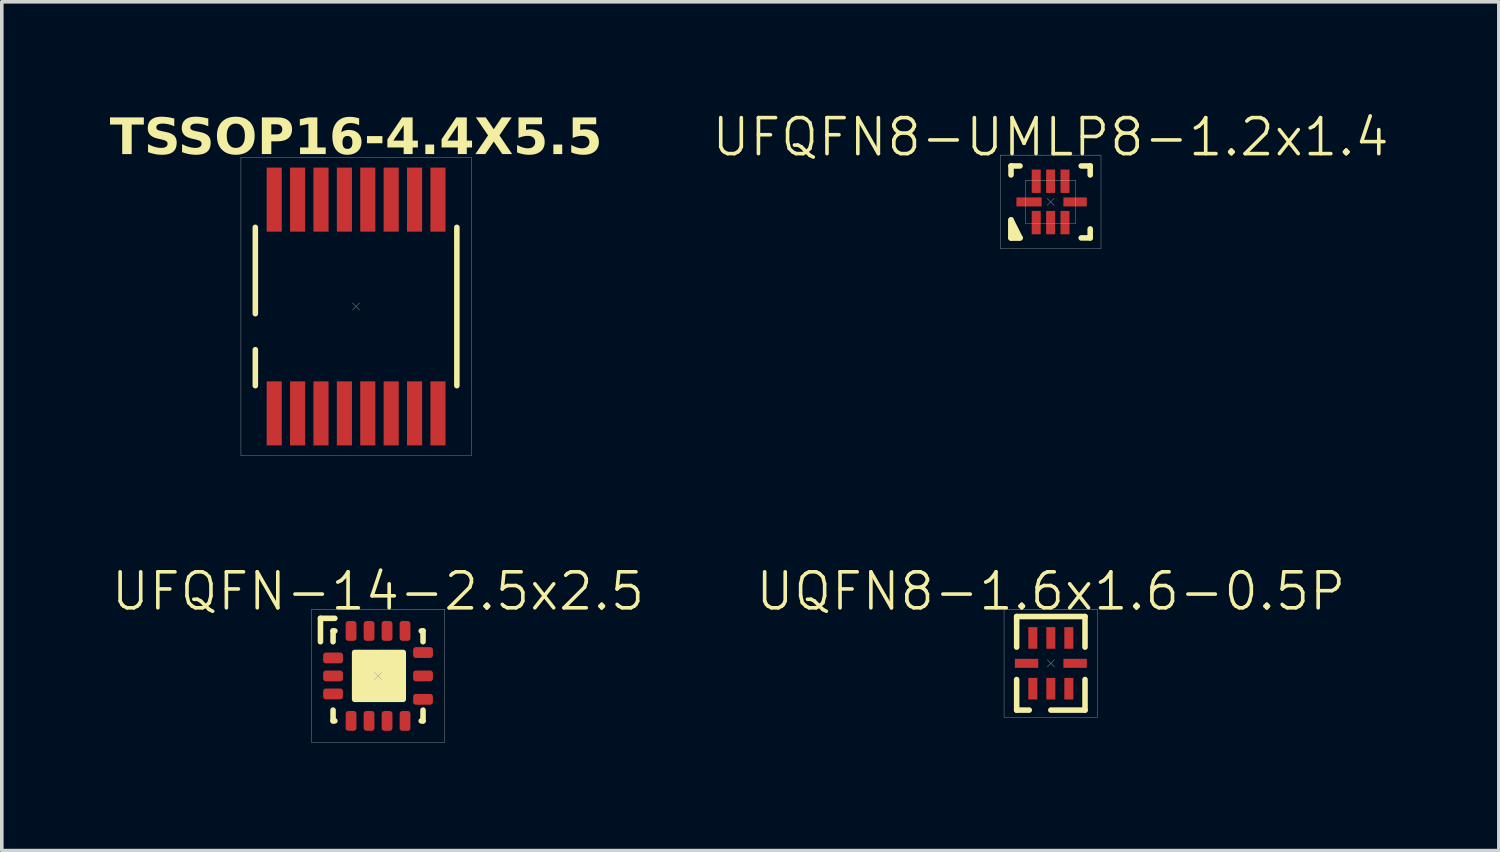
<source format=kicad_pcb>
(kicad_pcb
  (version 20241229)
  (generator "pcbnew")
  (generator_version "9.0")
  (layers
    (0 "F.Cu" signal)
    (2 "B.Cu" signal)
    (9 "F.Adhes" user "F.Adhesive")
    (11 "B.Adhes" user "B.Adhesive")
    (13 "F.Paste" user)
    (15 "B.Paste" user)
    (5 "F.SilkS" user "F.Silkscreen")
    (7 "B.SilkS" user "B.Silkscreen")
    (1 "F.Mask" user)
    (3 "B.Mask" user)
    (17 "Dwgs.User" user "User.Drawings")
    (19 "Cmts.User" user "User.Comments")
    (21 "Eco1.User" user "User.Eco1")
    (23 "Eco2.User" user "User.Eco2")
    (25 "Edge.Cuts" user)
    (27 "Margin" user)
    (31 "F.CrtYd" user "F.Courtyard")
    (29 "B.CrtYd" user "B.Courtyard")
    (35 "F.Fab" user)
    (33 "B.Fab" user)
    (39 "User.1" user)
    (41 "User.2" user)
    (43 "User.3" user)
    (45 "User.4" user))
  (footprint "UFQFN8-UMLP8-1.2x1.4"
    (layer "F.Cu")
    (at 26.144 2.561)
    (property "Reference" "UFQFN8-UMLP8-1.2x1.4" (at 0 -1.8 0) (unlocked yes) (layer "F.SilkS") (effects (font (size 1 1) (thickness 0.1))))
    (attr smd)
    (fp_line (start -1.1 -1) (end -1.1 -0.75) (stroke (width 0.154) (type default)) (layer "F.SilkS"))
    (fp_line (start -1.1 0.5) (end -1.1 1) (stroke (width 0.154) (type default)) (layer "F.SilkS"))
    (fp_line (start -1.1 1) (end -0.85 1) (stroke (width 0.154) (type default)) (layer "F.SilkS"))
    (fp_line (start -0.85 -1) (end -1.1 -1) (stroke (width 0.154) (type default)) (layer "F.SilkS"))
    (fp_line (start 1.1 -1) (end 0.85 -1) (stroke (width 0.154) (type default)) (layer "F.SilkS"))
    (fp_line (start 1.1 -1) (end 1.1 -0.75) (stroke (width 0.154) (type default)) (layer "F.SilkS"))
    (fp_line (start 1.1 0.75) (end 1.1 1) (stroke (width 0.154) (type default)) (layer "F.SilkS"))
    (fp_line (start 1.1 1) (end 0.85 1) (stroke (width 0.154) (type default)) (layer "F.SilkS"))
    (fp_poly (pts (xy -1.1 0.5) (xy -1.1 1) (xy -0.85 1)) (stroke (width 0.154) (type solid)) (fill yes) (layer "F.SilkS"))
    (fp_line (start -0.1 -0.1) (end 0.1 0.1) (stroke (width 0.01) (type default)) (layer "F.Fab"))
    (fp_line (start 0.1 -0.1) (end -0.1 0.1) (stroke (width 0.01) (type default)) (layer "F.Fab"))
    (fp_rect (start -1.4 -1.3) (end 1.4 1.3) (stroke (width 0.01) (type default)) (fill no) (layer "F.Fab"))
    (fp_rect (start -0.7 -0.6) (end 0.7 0.6) (stroke (width 0.01) (type default)) (fill no) (layer "F.Fab"))
    (pad "1" smd rect (at -0.6 0) (size 0.7 0.25) (layers "F.Cu" "F.Mask" "F.Paste"))
    (pad "2" smd rect (at -0.4 0.575) (size 0.25 0.65) (layers "F.Cu" "F.Mask" "F.Paste"))
    (pad "3" smd rect (at 0 0.575) (size 0.25 0.65) (layers "F.Cu" "F.Mask" "F.Paste"))
    (pad "4" smd rect (at 0.4 0.575) (size 0.25 0.65) (layers "F.Cu" "F.Mask" "F.Paste"))
    (pad "5" smd rect (at 0.68 0) (size 0.65 0.25) (layers "F.Cu" "F.Mask" "F.Paste"))
    (pad "6" smd rect (at 0.4 -0.575) (size 0.25 0.65) (layers "F.Cu" "F.Mask" "F.Paste"))
    (pad "7" smd rect (at 0 -0.575) (size 0.25 0.65) (layers "F.Cu" "F.Mask" "F.Paste"))
    (pad "8" smd rect (at -0.4 -0.575) (size 0.25 0.65) (layers "F.Cu" "F.Mask" "F.Paste")))
  (footprint "UQFN8-1.6x1.6-0.5P"
    (layer "F.Cu")
    (at 26.15 15.382)
    (property "Reference" "UQFN8-1.6x1.6-0.5P" (at 0 -2 0) (unlocked yes) (layer "F.SilkS") (effects (font (size 1 1) (thickness 0.1))))
    (attr smd)
    (fp_line (start -0.95 -0.45) (end -0.95 -1.3) (stroke (width 0.154) (type default)) (layer "F.SilkS"))
    (fp_line (start -0.95 0.45) (end -0.95 1.3) (stroke (width 0.154) (type default)) (layer "F.SilkS"))
    (fp_line (start -0.6 1.3) (end -0.95 1.3) (stroke (width 0.154) (type default)) (layer "F.SilkS"))
    (fp_line (start 0 1.3) (end 0.95 1.3) (stroke (width 0.154) (type default)) (layer "F.SilkS"))
    (fp_line (start 0.95 -1.3) (end -0.95 -1.3) (stroke (width 0.154) (type default)) (layer "F.SilkS"))
    (fp_line (start 0.95 -0.45) (end 0.95 -1.3) (stroke (width 0.154) (type default)) (layer "F.SilkS"))
    (fp_line (start 0.95 0.45) (end 0.95 1.3) (stroke (width 0.154) (type default)) (layer "F.SilkS"))
    (fp_line (start -0.1 -0.1) (end 0.1 0.1) (stroke (width 0.01) (type default)) (layer "F.Fab"))
    (fp_line (start 0.1 -0.1) (end -0.1 0.1) (stroke (width 0.01) (type default)) (layer "F.Fab"))
    (fp_rect (start -1.3 -1.5) (end 1.3 1.5) (stroke (width 0.01) (type default)) (fill no) (layer "F.Fab"))
    (pad "1" smd rect (at -0.5 0.705) (size 0.25 0.6) (layers "F.Cu" "F.Mask" "F.Paste"))
    (pad "2" smd rect (at 0 0.705) (size 0.25 0.6) (layers "F.Cu" "F.Mask" "F.Paste"))
    (pad "3" smd rect (at 0.5 0.705) (size 0.25 0.6) (layers "F.Cu" "F.Mask" "F.Paste"))
    (pad "4" smd rect (at 0.675 0) (size 0.65 0.25) (layers "F.Cu" "F.Mask" "F.Paste"))
    (pad "5" smd rect (at 0.5 -0.705) (size 0.25 0.6) (layers "F.Cu" "F.Mask" "F.Paste"))
    (pad "6" smd rect (at 0 -0.705) (size 0.25 0.6) (layers "F.Cu" "F.Mask" "F.Paste"))
    (pad "7" smd rect (at -0.5 -0.705) (size 0.25 0.6) (layers "F.Cu" "F.Mask" "F.Paste"))
    (pad "8" smd rect (at -0.675 0) (size 0.65 0.25) (layers "F.Cu" "F.Mask" "F.Paste")))
  (footprint "UFQFN-14-2.5x2.5"
    (layer "F.Cu")
    (at 7.455 15.732)
    (property "Reference" "UFQFN-14-2.5x2.5" (at 0 -2.35 0) (unlocked yes) (layer "F.SilkS") (effects (font (size 1 1) (thickness 0.1))))
    (attr smd)
    (fp_line (start -1.6 -1.6) (end -1.2 -1.6) (stroke (width 0.154) (type default)) (layer "F.SilkS"))
    (fp_line (start -1.6 -0.95) (end -1.6 -1.6) (stroke (width 0.154) (type default)) (layer "F.SilkS"))
    (fp_line (start -1.25 -1.25) (end -1.25 -0.95) (stroke (width 0.154) (type default)) (layer "F.SilkS"))
    (fp_line (start -1.25 -1.25) (end -1.2 -1.25) (stroke (width 0.154) (type default)) (layer "F.SilkS"))
    (fp_line (start -1.25 0.95) (end -1.25 1.25) (stroke (width 0.154) (type default)) (layer "F.SilkS"))
    (fp_line (start -1.25 1.25) (end -1.2 1.25) (stroke (width 0.154) (type default)) (layer "F.SilkS"))
    (fp_line (start 1.2 -1.25) (end 1.25 -1.25) (stroke (width 0.154) (type default)) (layer "F.SilkS"))
    (fp_line (start 1.2 1.25) (end 1.25 1.25) (stroke (width 0.154) (type default)) (layer "F.SilkS"))
    (fp_line (start 1.25 -1.25) (end 1.25 -0.95) (stroke (width 0.154) (type default)) (layer "F.SilkS"))
    (fp_line (start 1.25 0.95) (end 1.25 1.25) (stroke (width 0.154) (type default)) (layer "F.SilkS"))
    (fp_rect (start -0.65 -0.65) (end 0.7 0.65) (stroke (width 0.154) (type solid)) (fill yes) (layer "F.SilkS"))
    (fp_line (start -0.1 -0.1) (end 0.1 0.1) (stroke (width 0.01) (type default)) (layer "F.Fab"))
    (fp_line (start -0.1 -0.1) (end 0.1 0.1) (stroke (width 0.01) (type default)) (layer "F.Fab"))
    (fp_line (start 0.1 -0.1) (end -0.1 0.1) (stroke (width 0.01) (type default)) (layer "F.Fab"))
    (fp_line (start 0.1 -0.1) (end -0.1 0.1) (stroke (width 0.01) (type default)) (layer "F.Fab"))
    (fp_rect (start -1.85 -1.85) (end 1.85 1.85) (stroke (width 0.01) (type default)) (fill no) (layer "F.Fab"))
    (pad "1" smd roundrect (at -1.25 -0.5 90) (size 0.3 0.55) (layers "F.Cu" "F.Mask" "F.Paste") (roundrect_rratio 0.25))
    (pad "2" smd roundrect (at -1.25 0 90) (size 0.3 0.55) (layers "F.Cu" "F.Mask" "F.Paste") (roundrect_rratio 0.25))
    (pad "3" smd roundrect (at -1.25 0.5 90) (size 0.3 0.55) (layers "F.Cu" "F.Mask" "F.Paste") (roundrect_rratio 0.25))
    (pad "4" smd roundrect (at -0.75 1.25) (size 0.3 0.55) (layers "F.Cu" "F.Mask" "F.Paste") (roundrect_rratio 0.25))
    (pad "5" smd roundrect (at -0.25 1.25) (size 0.3 0.55) (layers "F.Cu" "F.Mask" "F.Paste") (roundrect_rratio 0.25))
    (pad "6" smd roundrect (at 0.25 1.25) (size 0.3 0.55) (layers "F.Cu" "F.Mask" "F.Paste") (roundrect_rratio 0.25))
    (pad "7" smd roundrect (at 0.75 1.25) (size 0.3 0.55) (layers "F.Cu" "F.Mask" "F.Paste") (roundrect_rratio 0.25))
    (pad "8" smd roundrect (at 1.25 0.65 90) (size 0.3 0.55) (layers "F.Cu" "F.Mask" "F.Paste") (roundrect_rratio 0.25))
    (pad "9" smd roundrect (at 1.25 0 90) (size 0.3 0.55) (layers "F.Cu" "F.Mask" "F.Paste") (roundrect_rratio 0.25))
    (pad "10" smd roundrect (at 1.25 -0.65 90) (size 0.3 0.55) (layers "F.Cu" "F.Mask" "F.Paste") (roundrect_rratio 0.25))
    (pad "11" smd roundrect (at 0.75 -1.25) (size 0.3 0.55) (layers "F.Cu" "F.Mask" "F.Paste") (roundrect_rratio 0.25))
    (pad "12" smd roundrect (at 0.25 -1.25) (size 0.3 0.55) (layers "F.Cu" "F.Mask" "F.Paste") (roundrect_rratio 0.25))
    (pad "13" smd roundrect (at -0.25 -1.25) (size 0.3 0.55) (layers "F.Cu" "F.Mask" "F.Paste") (roundrect_rratio 0.25))
    (pad "14" smd roundrect (at -0.75 -1.25) (size 0.3 0.55) (layers "F.Cu" "F.Mask" "F.Paste") (roundrect_rratio 0.25)))
  (footprint "TSSOP16-4.4X5.5"
    (layer "F.Cu")
    (at 6.845 5.467)
    (property "Reference" "TSSOP16-4.4X5.5" (at 0 -4.65 0) (unlocked yes) (layer "F.SilkS") (effects (font (face "Arial") (size 1 1) (thickness 0.2) (bold yes))))
    (attr smd)
    (fp_line (start -2.8 -2.2) (end -2.8 0.2) (stroke (width 0.154) (type default)) (layer "F.SilkS"))
    (fp_line (start -2.8 2.2) (end -2.8 1.2) (stroke (width 0.154) (type default)) (layer "F.SilkS"))
    (fp_line (start 2.8 -2.2) (end 2.8 2.2) (stroke (width 0.154) (type default)) (layer "F.SilkS"))
    (fp_line (start 0.1 -0.1) (end -0.1 0.1) (stroke (width 0.01) (type default)) (layer "F.Fab"))
    (fp_line (start 0.1 0.1) (end -0.1 -0.1) (stroke (width 0.01) (type default)) (layer "F.Fab"))
    (fp_rect (start -3.2 -4.15) (end 3.2 4.15) (stroke (width 0.01) (type default)) (fill no) (layer "F.Fab"))
    (pad "1" smd rect (at -2.275 2.97) (size 0.42 1.78) (layers "F.Cu" "F.Mask" "F.Paste"))
    (pad "2" smd rect (at -1.625 2.97) (size 0.42 1.78) (layers "F.Cu" "F.Mask" "F.Paste"))
    (pad "3" smd rect (at -0.975 2.97) (size 0.42 1.78) (layers "F.Cu" "F.Mask" "F.Paste"))
    (pad "4" smd rect (at -0.325 2.97) (size 0.42 1.78) (layers "F.Cu" "F.Mask" "F.Paste"))
    (pad "5" smd rect (at 0.325 2.97) (size 0.42 1.78) (layers "F.Cu" "F.Mask" "F.Paste"))
    (pad "6" smd rect (at 0.975 2.97) (size 0.42 1.78) (layers "F.Cu" "F.Mask" "F.Paste"))
    (pad "7" smd rect (at 1.625 2.97) (size 0.42 1.78) (layers "F.Cu" "F.Mask" "F.Paste"))
    (pad "8" smd rect (at 2.275 2.97) (size 0.42 1.78) (layers "F.Cu" "F.Mask" "F.Paste"))
    (pad "9" smd rect (at 2.275 -2.97) (size 0.42 1.78) (layers "F.Cu" "F.Mask" "F.Paste"))
    (pad "10" smd rect (at 1.625 -2.97) (size 0.42 1.78) (layers "F.Cu" "F.Mask" "F.Paste"))
    (pad "11" smd rect (at 0.975 -2.97) (size 0.42 1.78) (layers "F.Cu" "F.Mask" "F.Paste"))
    (pad "12" smd rect (at 0.325 -2.97) (size 0.42 1.78) (layers "F.Cu" "F.Mask" "F.Paste"))
    (pad "13" smd rect (at -0.325 -2.97) (size 0.42 1.78) (layers "F.Cu" "F.Mask" "F.Paste"))
    (pad "14" smd rect (at -0.975 -2.97) (size 0.42 1.78) (layers "F.Cu" "F.Mask" "F.Paste"))
    (pad "15" smd rect (at -1.625 -2.97) (size 0.42 1.78) (layers "F.Cu" "F.Mask" "F.Paste"))
    (pad "16" smd rect (at -2.275 -2.97) (size 0.42 1.78) (layers "F.Cu" "F.Mask" "F.Paste")))
  (gr_rect
    (start -3 -3)
    (end 38.599 20.587)
    (stroke (width 0.1) (type default))
    (fill no)
    (layer "Edge.Cuts")))
</source>
